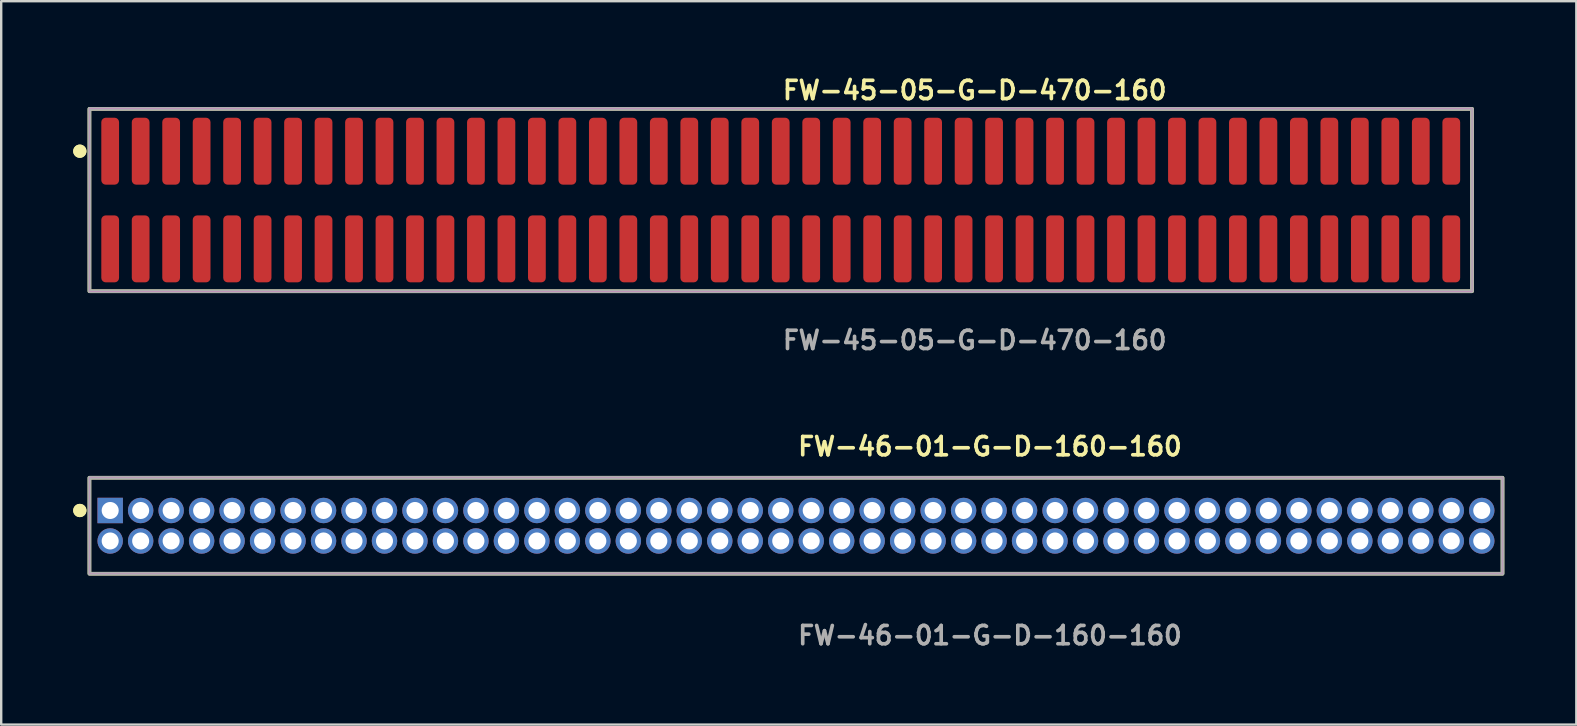
<source format=kicad_pcb>
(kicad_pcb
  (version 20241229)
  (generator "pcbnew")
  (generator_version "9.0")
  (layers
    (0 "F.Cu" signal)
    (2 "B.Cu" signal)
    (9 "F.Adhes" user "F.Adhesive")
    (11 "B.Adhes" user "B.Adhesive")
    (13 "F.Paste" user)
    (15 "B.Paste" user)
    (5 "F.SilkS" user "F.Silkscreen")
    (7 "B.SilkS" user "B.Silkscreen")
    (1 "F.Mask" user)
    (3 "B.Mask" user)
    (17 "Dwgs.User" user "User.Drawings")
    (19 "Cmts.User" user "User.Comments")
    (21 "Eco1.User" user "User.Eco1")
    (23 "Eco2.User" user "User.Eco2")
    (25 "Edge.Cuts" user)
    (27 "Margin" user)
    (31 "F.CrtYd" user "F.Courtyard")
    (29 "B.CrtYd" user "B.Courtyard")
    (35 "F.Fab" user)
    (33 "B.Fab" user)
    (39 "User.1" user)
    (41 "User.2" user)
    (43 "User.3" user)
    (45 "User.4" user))
  (footprint "FW-46-01-G-D-160-160"
    (layer "F.Cu")
    (at 30.116 18.856)
    (property "Reference" "FW-46-01-G-D-160-160" (at 0 -3.302 0) (unlocked yes) (layer "F.SilkS") (effects (font (size 0.762 0.762) (thickness 0.152)) (justify left)))
    (fp_rect (start -29.44 2) (end 29.44 -2) (stroke (width 0.152) (type solid)) (fill no) (layer "F.SilkS"))
    (fp_circle (center -29.84 -0.635) (end -30.04 -0.635) (stroke (width 0.152) (type solid)) (fill yes) (layer "F.SilkS"))
    (fp_circle (center -29.84 -0.635) (end -30.04 -0.635) (stroke (width 0.152) (type solid)) (fill yes) (layer "F.SilkS"))
    (fp_rect (start -29.44 2) (end 29.44 -2) (stroke (width 0.006) (type solid)) (fill no) (layer "F.CrtYd"))
    (fp_rect (start -29.44 2) (end 29.44 -2) (stroke (width 0.152) (type solid)) (fill no) (layer "F.Fab"))
    (fp_text user "${REFERENCE}" (at 0 4.572 0) (unlocked yes) (layer "F.Fab") (effects (font (size 0.762 0.762) (thickness 0.152)) (justify left)))
    (pad "1" thru_hole rect (at -28.575 -0.635) (size 1.06 1.06) (drill 0.71) (layers "*.Cu" "*.Mask"))
    (pad "2" thru_hole circle (at -28.575 0.635) (size 1.06 1.06) (drill 0.71) (layers "*.Cu" "*.Mask"))
    (pad "3" thru_hole circle (at -27.305 -0.635) (size 1.06 1.06) (drill 0.71) (layers "*.Cu" "*.Mask"))
    (pad "4" thru_hole circle (at -27.305 0.635) (size 1.06 1.06) (drill 0.71) (layers "*.Cu" "*.Mask"))
    (pad "5" thru_hole circle (at -26.035 -0.635) (size 1.06 1.06) (drill 0.71) (layers "*.Cu" "*.Mask"))
    (pad "6" thru_hole circle (at -26.035 0.635) (size 1.06 1.06) (drill 0.71) (layers "*.Cu" "*.Mask"))
    (pad "7" thru_hole circle (at -24.765 -0.635) (size 1.06 1.06) (drill 0.71) (layers "*.Cu" "*.Mask"))
    (pad "8" thru_hole circle (at -24.765 0.635) (size 1.06 1.06) (drill 0.71) (layers "*.Cu" "*.Mask"))
    (pad "9" thru_hole circle (at -23.495 -0.635) (size 1.06 1.06) (drill 0.71) (layers "*.Cu" "*.Mask"))
    (pad "10" thru_hole circle (at -23.495 0.635) (size 1.06 1.06) (drill 0.71) (layers "*.Cu" "*.Mask"))
    (pad "11" thru_hole circle (at -22.225 -0.635) (size 1.06 1.06) (drill 0.71) (layers "*.Cu" "*.Mask"))
    (pad "12" thru_hole circle (at -22.225 0.635) (size 1.06 1.06) (drill 0.71) (layers "*.Cu" "*.Mask"))
    (pad "13" thru_hole circle (at -20.955 -0.635) (size 1.06 1.06) (drill 0.71) (layers "*.Cu" "*.Mask"))
    (pad "14" thru_hole circle (at -20.955 0.635) (size 1.06 1.06) (drill 0.71) (layers "*.Cu" "*.Mask"))
    (pad "15" thru_hole circle (at -19.685 -0.635) (size 1.06 1.06) (drill 0.71) (layers "*.Cu" "*.Mask"))
    (pad "16" thru_hole circle (at -19.685 0.635) (size 1.06 1.06) (drill 0.71) (layers "*.Cu" "*.Mask"))
    (pad "17" thru_hole circle (at -18.415 -0.635) (size 1.06 1.06) (drill 0.71) (layers "*.Cu" "*.Mask"))
    (pad "18" thru_hole circle (at -18.415 0.635) (size 1.06 1.06) (drill 0.71) (layers "*.Cu" "*.Mask"))
    (pad "19" thru_hole circle (at -17.145 -0.635) (size 1.06 1.06) (drill 0.71) (layers "*.Cu" "*.Mask"))
    (pad "20" thru_hole circle (at -17.145 0.635) (size 1.06 1.06) (drill 0.71) (layers "*.Cu" "*.Mask"))
    (pad "21" thru_hole circle (at -15.875 -0.635) (size 1.06 1.06) (drill 0.71) (layers "*.Cu" "*.Mask"))
    (pad "22" thru_hole circle (at -15.875 0.635) (size 1.06 1.06) (drill 0.71) (layers "*.Cu" "*.Mask"))
    (pad "23" thru_hole circle (at -14.605 -0.635) (size 1.06 1.06) (drill 0.71) (layers "*.Cu" "*.Mask"))
    (pad "24" thru_hole circle (at -14.605 0.635) (size 1.06 1.06) (drill 0.71) (layers "*.Cu" "*.Mask"))
    (pad "25" thru_hole circle (at -13.335 -0.635) (size 1.06 1.06) (drill 0.71) (layers "*.Cu" "*.Mask"))
    (pad "26" thru_hole circle (at -13.335 0.635) (size 1.06 1.06) (drill 0.71) (layers "*.Cu" "*.Mask"))
    (pad "27" thru_hole circle (at -12.065 -0.635) (size 1.06 1.06) (drill 0.71) (layers "*.Cu" "*.Mask"))
    (pad "28" thru_hole circle (at -12.065 0.635) (size 1.06 1.06) (drill 0.71) (layers "*.Cu" "*.Mask"))
    (pad "29" thru_hole circle (at -10.795 -0.635) (size 1.06 1.06) (drill 0.71) (layers "*.Cu" "*.Mask"))
    (pad "30" thru_hole circle (at -10.795 0.635) (size 1.06 1.06) (drill 0.71) (layers "*.Cu" "*.Mask"))
    (pad "31" thru_hole circle (at -9.525 -0.635) (size 1.06 1.06) (drill 0.71) (layers "*.Cu" "*.Mask"))
    (pad "32" thru_hole circle (at -9.525 0.635) (size 1.06 1.06) (drill 0.71) (layers "*.Cu" "*.Mask"))
    (pad "33" thru_hole circle (at -8.255 -0.635) (size 1.06 1.06) (drill 0.71) (layers "*.Cu" "*.Mask"))
    (pad "34" thru_hole circle (at -8.255 0.635) (size 1.06 1.06) (drill 0.71) (layers "*.Cu" "*.Mask"))
    (pad "35" thru_hole circle (at -6.985 -0.635) (size 1.06 1.06) (drill 0.71) (layers "*.Cu" "*.Mask"))
    (pad "36" thru_hole circle (at -6.985 0.635) (size 1.06 1.06) (drill 0.71) (layers "*.Cu" "*.Mask"))
    (pad "37" thru_hole circle (at -5.715 -0.635) (size 1.06 1.06) (drill 0.71) (layers "*.Cu" "*.Mask"))
    (pad "38" thru_hole circle (at -5.715 0.635) (size 1.06 1.06) (drill 0.71) (layers "*.Cu" "*.Mask"))
    (pad "39" thru_hole circle (at -4.445 -0.635) (size 1.06 1.06) (drill 0.71) (layers "*.Cu" "*.Mask"))
    (pad "40" thru_hole circle (at -4.445 0.635) (size 1.06 1.06) (drill 0.71) (layers "*.Cu" "*.Mask"))
    (pad "41" thru_hole circle (at -3.175 -0.635) (size 1.06 1.06) (drill 0.71) (layers "*.Cu" "*.Mask"))
    (pad "42" thru_hole circle (at -3.175 0.635) (size 1.06 1.06) (drill 0.71) (layers "*.Cu" "*.Mask"))
    (pad "43" thru_hole circle (at -1.905 -0.635) (size 1.06 1.06) (drill 0.71) (layers "*.Cu" "*.Mask"))
    (pad "44" thru_hole circle (at -1.905 0.635) (size 1.06 1.06) (drill 0.71) (layers "*.Cu" "*.Mask"))
    (pad "45" thru_hole circle (at -0.635 -0.635) (size 1.06 1.06) (drill 0.71) (layers "*.Cu" "*.Mask"))
    (pad "46" thru_hole circle (at -0.635 0.635) (size 1.06 1.06) (drill 0.71) (layers "*.Cu" "*.Mask"))
    (pad "47" thru_hole circle (at 0.635 -0.635) (size 1.06 1.06) (drill 0.71) (layers "*.Cu" "*.Mask"))
    (pad "48" thru_hole circle (at 0.635 0.635) (size 1.06 1.06) (drill 0.71) (layers "*.Cu" "*.Mask"))
    (pad "49" thru_hole circle (at 1.905 -0.635) (size 1.06 1.06) (drill 0.71) (layers "*.Cu" "*.Mask"))
    (pad "50" thru_hole circle (at 1.905 0.635) (size 1.06 1.06) (drill 0.71) (layers "*.Cu" "*.Mask"))
    (pad "51" thru_hole circle (at 3.175 -0.635) (size 1.06 1.06) (drill 0.71) (layers "*.Cu" "*.Mask"))
    (pad "52" thru_hole circle (at 3.175 0.635) (size 1.06 1.06) (drill 0.71) (layers "*.Cu" "*.Mask"))
    (pad "53" thru_hole circle (at 4.445 -0.635) (size 1.06 1.06) (drill 0.71) (layers "*.Cu" "*.Mask"))
    (pad "54" thru_hole circle (at 4.445 0.635) (size 1.06 1.06) (drill 0.71) (layers "*.Cu" "*.Mask"))
    (pad "55" thru_hole circle (at 5.715 -0.635) (size 1.06 1.06) (drill 0.71) (layers "*.Cu" "*.Mask"))
    (pad "56" thru_hole circle (at 5.715 0.635) (size 1.06 1.06) (drill 0.71) (layers "*.Cu" "*.Mask"))
    (pad "57" thru_hole circle (at 6.985 -0.635) (size 1.06 1.06) (drill 0.71) (layers "*.Cu" "*.Mask"))
    (pad "58" thru_hole circle (at 6.985 0.635) (size 1.06 1.06) (drill 0.71) (layers "*.Cu" "*.Mask"))
    (pad "59" thru_hole circle (at 8.255 -0.635) (size 1.06 1.06) (drill 0.71) (layers "*.Cu" "*.Mask"))
    (pad "60" thru_hole circle (at 8.255 0.635) (size 1.06 1.06) (drill 0.71) (layers "*.Cu" "*.Mask"))
    (pad "61" thru_hole circle (at 9.525 -0.635) (size 1.06 1.06) (drill 0.71) (layers "*.Cu" "*.Mask"))
    (pad "62" thru_hole circle (at 9.525 0.635) (size 1.06 1.06) (drill 0.71) (layers "*.Cu" "*.Mask"))
    (pad "63" thru_hole circle (at 10.795 -0.635) (size 1.06 1.06) (drill 0.71) (layers "*.Cu" "*.Mask"))
    (pad "64" thru_hole circle (at 10.795 0.635) (size 1.06 1.06) (drill 0.71) (layers "*.Cu" "*.Mask"))
    (pad "65" thru_hole circle (at 12.065 -0.635) (size 1.06 1.06) (drill 0.71) (layers "*.Cu" "*.Mask"))
    (pad "66" thru_hole circle (at 12.065 0.635) (size 1.06 1.06) (drill 0.71) (layers "*.Cu" "*.Mask"))
    (pad "67" thru_hole circle (at 13.335 -0.635) (size 1.06 1.06) (drill 0.71) (layers "*.Cu" "*.Mask"))
    (pad "68" thru_hole circle (at 13.335 0.635) (size 1.06 1.06) (drill 0.71) (layers "*.Cu" "*.Mask"))
    (pad "69" thru_hole circle (at 14.605 -0.635) (size 1.06 1.06) (drill 0.71) (layers "*.Cu" "*.Mask"))
    (pad "70" thru_hole circle (at 14.605 0.635) (size 1.06 1.06) (drill 0.71) (layers "*.Cu" "*.Mask"))
    (pad "71" thru_hole circle (at 15.875 -0.635) (size 1.06 1.06) (drill 0.71) (layers "*.Cu" "*.Mask"))
    (pad "72" thru_hole circle (at 15.875 0.635) (size 1.06 1.06) (drill 0.71) (layers "*.Cu" "*.Mask"))
    (pad "73" thru_hole circle (at 17.145 -0.635) (size 1.06 1.06) (drill 0.71) (layers "*.Cu" "*.Mask"))
    (pad "74" thru_hole circle (at 17.145 0.635) (size 1.06 1.06) (drill 0.71) (layers "*.Cu" "*.Mask"))
    (pad "75" thru_hole circle (at 18.415 -0.635) (size 1.06 1.06) (drill 0.71) (layers "*.Cu" "*.Mask"))
    (pad "76" thru_hole circle (at 18.415 0.635) (size 1.06 1.06) (drill 0.71) (layers "*.Cu" "*.Mask"))
    (pad "77" thru_hole circle (at 19.685 -0.635) (size 1.06 1.06) (drill 0.71) (layers "*.Cu" "*.Mask"))
    (pad "78" thru_hole circle (at 19.685 0.635) (size 1.06 1.06) (drill 0.71) (layers "*.Cu" "*.Mask"))
    (pad "79" thru_hole circle (at 20.955 -0.635) (size 1.06 1.06) (drill 0.71) (layers "*.Cu" "*.Mask"))
    (pad "80" thru_hole circle (at 20.955 0.635) (size 1.06 1.06) (drill 0.71) (layers "*.Cu" "*.Mask"))
    (pad "81" thru_hole circle (at 22.225 -0.635) (size 1.06 1.06) (drill 0.71) (layers "*.Cu" "*.Mask"))
    (pad "82" thru_hole circle (at 22.225 0.635) (size 1.06 1.06) (drill 0.71) (layers "*.Cu" "*.Mask"))
    (pad "83" thru_hole circle (at 23.495 -0.635) (size 1.06 1.06) (drill 0.71) (layers "*.Cu" "*.Mask"))
    (pad "84" thru_hole circle (at 23.495 0.635) (size 1.06 1.06) (drill 0.71) (layers "*.Cu" "*.Mask"))
    (pad "85" thru_hole circle (at 24.765 -0.635) (size 1.06 1.06) (drill 0.71) (layers "*.Cu" "*.Mask"))
    (pad "86" thru_hole circle (at 24.765 0.635) (size 1.06 1.06) (drill 0.71) (layers "*.Cu" "*.Mask"))
    (pad "87" thru_hole circle (at 26.035 -0.635) (size 1.06 1.06) (drill 0.71) (layers "*.Cu" "*.Mask"))
    (pad "88" thru_hole circle (at 26.035 0.635) (size 1.06 1.06) (drill 0.71) (layers "*.Cu" "*.Mask"))
    (pad "89" thru_hole circle (at 27.305 -0.635) (size 1.06 1.06) (drill 0.71) (layers "*.Cu" "*.Mask"))
    (pad "90" thru_hole circle (at 27.305 0.635) (size 1.06 1.06) (drill 0.71) (layers "*.Cu" "*.Mask"))
    (pad "91" thru_hole circle (at 28.575 -0.635) (size 1.06 1.06) (drill 0.71) (layers "*.Cu" "*.Mask"))
    (pad "92" thru_hole circle (at 28.575 0.635) (size 1.06 1.06) (drill 0.71) (layers "*.Cu" "*.Mask")))
  (footprint "FW-45-05-G-D-470-160"
    (layer "F.Cu")
    (at 29.481 5.285)
    (property "Reference" "FW-45-05-G-D-470-160" (at 0 -4.572 0) (unlocked yes) (layer "F.SilkS") (effects (font (size 0.762 0.762) (thickness 0.152)) (justify left)))
    (fp_rect (start -28.805 3.8) (end 28.805 -3.8) (stroke (width 0.152) (type solid)) (fill no) (layer "F.SilkS"))
    (fp_circle (center -29.205 -2.035) (end -29.405 -2.035) (stroke (width 0.152) (type solid)) (fill yes) (layer "F.SilkS"))
    (fp_circle (center -29.205 -2.035) (end -29.405 -2.035) (stroke (width 0.152) (type solid)) (fill yes) (layer "F.SilkS"))
    (fp_rect (start -28.805 3.8) (end 28.805 -3.8) (stroke (width 0.006) (type solid)) (fill no) (layer "F.CrtYd"))
    (fp_rect (start -28.805 3.8) (end 28.805 -3.8) (stroke (width 0.152) (type solid)) (fill no) (layer "F.Fab"))
    (fp_text user "${REFERENCE}" (at 0 5.842 0) (unlocked yes) (layer "F.Fab") (effects (font (size 0.762 0.762) (thickness 0.152)) (justify left)))
    (pad "1" smd roundrect (at -27.94 -2.035) (size 0.74 2.79) (layers "F.Cu" "F.Paste") (roundrect_rratio 0.25))
    (pad "2" smd roundrect (at -27.94 2.035) (size 0.74 2.79) (layers "F.Cu" "F.Paste") (roundrect_rratio 0.25))
    (pad "3" smd roundrect (at -26.67 -2.035) (size 0.74 2.79) (layers "F.Cu" "F.Paste") (roundrect_rratio 0.25))
    (pad "4" smd roundrect (at -26.67 2.035) (size 0.74 2.79) (layers "F.Cu" "F.Paste") (roundrect_rratio 0.25))
    (pad "5" smd roundrect (at -25.4 -2.035) (size 0.74 2.79) (layers "F.Cu" "F.Paste") (roundrect_rratio 0.25))
    (pad "6" smd roundrect (at -25.4 2.035) (size 0.74 2.79) (layers "F.Cu" "F.Paste") (roundrect_rratio 0.25))
    (pad "7" smd roundrect (at -24.13 -2.035) (size 0.74 2.79) (layers "F.Cu" "F.Paste") (roundrect_rratio 0.25))
    (pad "8" smd roundrect (at -24.13 2.035) (size 0.74 2.79) (layers "F.Cu" "F.Paste") (roundrect_rratio 0.25))
    (pad "9" smd roundrect (at -22.86 -2.035) (size 0.74 2.79) (layers "F.Cu" "F.Paste") (roundrect_rratio 0.25))
    (pad "10" smd roundrect (at -22.86 2.035) (size 0.74 2.79) (layers "F.Cu" "F.Paste") (roundrect_rratio 0.25))
    (pad "11" smd roundrect (at -21.59 -2.035) (size 0.74 2.79) (layers "F.Cu" "F.Paste") (roundrect_rratio 0.25))
    (pad "12" smd roundrect (at -21.59 2.035) (size 0.74 2.79) (layers "F.Cu" "F.Paste") (roundrect_rratio 0.25))
    (pad "13" smd roundrect (at -20.32 -2.035) (size 0.74 2.79) (layers "F.Cu" "F.Paste") (roundrect_rratio 0.25))
    (pad "14" smd roundrect (at -20.32 2.035) (size 0.74 2.79) (layers "F.Cu" "F.Paste") (roundrect_rratio 0.25))
    (pad "15" smd roundrect (at -19.05 -2.035) (size 0.74 2.79) (layers "F.Cu" "F.Paste") (roundrect_rratio 0.25))
    (pad "16" smd roundrect (at -19.05 2.035) (size 0.74 2.79) (layers "F.Cu" "F.Paste") (roundrect_rratio 0.25))
    (pad "17" smd roundrect (at -17.78 -2.035) (size 0.74 2.79) (layers "F.Cu" "F.Paste") (roundrect_rratio 0.25))
    (pad "18" smd roundrect (at -17.78 2.035) (size 0.74 2.79) (layers "F.Cu" "F.Paste") (roundrect_rratio 0.25))
    (pad "19" smd roundrect (at -16.51 -2.035) (size 0.74 2.79) (layers "F.Cu" "F.Paste") (roundrect_rratio 0.25))
    (pad "20" smd roundrect (at -16.51 2.035) (size 0.74 2.79) (layers "F.Cu" "F.Paste") (roundrect_rratio 0.25))
    (pad "21" smd roundrect (at -15.24 -2.035) (size 0.74 2.79) (layers "F.Cu" "F.Paste") (roundrect_rratio 0.25))
    (pad "22" smd roundrect (at -15.24 2.035) (size 0.74 2.79) (layers "F.Cu" "F.Paste") (roundrect_rratio 0.25))
    (pad "23" smd roundrect (at -13.97 -2.035) (size 0.74 2.79) (layers "F.Cu" "F.Paste") (roundrect_rratio 0.25))
    (pad "24" smd roundrect (at -13.97 2.035) (size 0.74 2.79) (layers "F.Cu" "F.Paste") (roundrect_rratio 0.25))
    (pad "25" smd roundrect (at -12.7 -2.035) (size 0.74 2.79) (layers "F.Cu" "F.Paste") (roundrect_rratio 0.25))
    (pad "26" smd roundrect (at -12.7 2.035) (size 0.74 2.79) (layers "F.Cu" "F.Paste") (roundrect_rratio 0.25))
    (pad "27" smd roundrect (at -11.43 -2.035) (size 0.74 2.79) (layers "F.Cu" "F.Paste") (roundrect_rratio 0.25))
    (pad "28" smd roundrect (at -11.43 2.035) (size 0.74 2.79) (layers "F.Cu" "F.Paste") (roundrect_rratio 0.25))
    (pad "29" smd roundrect (at -10.16 -2.035) (size 0.74 2.79) (layers "F.Cu" "F.Paste") (roundrect_rratio 0.25))
    (pad "30" smd roundrect (at -10.16 2.035) (size 0.74 2.79) (layers "F.Cu" "F.Paste") (roundrect_rratio 0.25))
    (pad "31" smd roundrect (at -8.89 -2.035) (size 0.74 2.79) (layers "F.Cu" "F.Paste") (roundrect_rratio 0.25))
    (pad "32" smd roundrect (at -8.89 2.035) (size 0.74 2.79) (layers "F.Cu" "F.Paste") (roundrect_rratio 0.25))
    (pad "33" smd roundrect (at -7.62 -2.035) (size 0.74 2.79) (layers "F.Cu" "F.Paste") (roundrect_rratio 0.25))
    (pad "34" smd roundrect (at -7.62 2.035) (size 0.74 2.79) (layers "F.Cu" "F.Paste") (roundrect_rratio 0.25))
    (pad "35" smd roundrect (at -6.35 -2.035) (size 0.74 2.79) (layers "F.Cu" "F.Paste") (roundrect_rratio 0.25))
    (pad "36" smd roundrect (at -6.35 2.035) (size 0.74 2.79) (layers "F.Cu" "F.Paste") (roundrect_rratio 0.25))
    (pad "37" smd roundrect (at -5.08 -2.035) (size 0.74 2.79) (layers "F.Cu" "F.Paste") (roundrect_rratio 0.25))
    (pad "38" smd roundrect (at -5.08 2.035) (size 0.74 2.79) (layers "F.Cu" "F.Paste") (roundrect_rratio 0.25))
    (pad "39" smd roundrect (at -3.81 -2.035) (size 0.74 2.79) (layers "F.Cu" "F.Paste") (roundrect_rratio 0.25))
    (pad "40" smd roundrect (at -3.81 2.035) (size 0.74 2.79) (layers "F.Cu" "F.Paste") (roundrect_rratio 0.25))
    (pad "41" smd roundrect (at -2.54 -2.035) (size 0.74 2.79) (layers "F.Cu" "F.Paste") (roundrect_rratio 0.25))
    (pad "42" smd roundrect (at -2.54 2.035) (size 0.74 2.79) (layers "F.Cu" "F.Paste") (roundrect_rratio 0.25))
    (pad "43" smd roundrect (at -1.27 -2.035) (size 0.74 2.79) (layers "F.Cu" "F.Paste") (roundrect_rratio 0.25))
    (pad "44" smd roundrect (at -1.27 2.035) (size 0.74 2.79) (layers "F.Cu" "F.Paste") (roundrect_rratio 0.25))
    (pad "45" smd roundrect (at 0 -2.035) (size 0.74 2.79) (layers "F.Cu" "F.Paste") (roundrect_rratio 0.25))
    (pad "46" smd roundrect (at 0 2.035) (size 0.74 2.79) (layers "F.Cu" "F.Paste") (roundrect_rratio 0.25))
    (pad "47" smd roundrect (at 1.27 -2.035) (size 0.74 2.79) (layers "F.Cu" "F.Paste") (roundrect_rratio 0.25))
    (pad "48" smd roundrect (at 1.27 2.035) (size 0.74 2.79) (layers "F.Cu" "F.Paste") (roundrect_rratio 0.25))
    (pad "49" smd roundrect (at 2.54 -2.035) (size 0.74 2.79) (layers "F.Cu" "F.Paste") (roundrect_rratio 0.25))
    (pad "50" smd roundrect (at 2.54 2.035) (size 0.74 2.79) (layers "F.Cu" "F.Paste") (roundrect_rratio 0.25))
    (pad "51" smd roundrect (at 3.81 -2.035) (size 0.74 2.79) (layers "F.Cu" "F.Paste") (roundrect_rratio 0.25))
    (pad "52" smd roundrect (at 3.81 2.035) (size 0.74 2.79) (layers "F.Cu" "F.Paste") (roundrect_rratio 0.25))
    (pad "53" smd roundrect (at 5.08 -2.035) (size 0.74 2.79) (layers "F.Cu" "F.Paste") (roundrect_rratio 0.25))
    (pad "54" smd roundrect (at 5.08 2.035) (size 0.74 2.79) (layers "F.Cu" "F.Paste") (roundrect_rratio 0.25))
    (pad "55" smd roundrect (at 6.35 -2.035) (size 0.74 2.79) (layers "F.Cu" "F.Paste") (roundrect_rratio 0.25))
    (pad "56" smd roundrect (at 6.35 2.035) (size 0.74 2.79) (layers "F.Cu" "F.Paste") (roundrect_rratio 0.25))
    (pad "57" smd roundrect (at 7.62 -2.035) (size 0.74 2.79) (layers "F.Cu" "F.Paste") (roundrect_rratio 0.25))
    (pad "58" smd roundrect (at 7.62 2.035) (size 0.74 2.79) (layers "F.Cu" "F.Paste") (roundrect_rratio 0.25))
    (pad "59" smd roundrect (at 8.89 -2.035) (size 0.74 2.79) (layers "F.Cu" "F.Paste") (roundrect_rratio 0.25))
    (pad "60" smd roundrect (at 8.89 2.035) (size 0.74 2.79) (layers "F.Cu" "F.Paste") (roundrect_rratio 0.25))
    (pad "61" smd roundrect (at 10.16 -2.035) (size 0.74 2.79) (layers "F.Cu" "F.Paste") (roundrect_rratio 0.25))
    (pad "62" smd roundrect (at 10.16 2.035) (size 0.74 2.79) (layers "F.Cu" "F.Paste") (roundrect_rratio 0.25))
    (pad "63" smd roundrect (at 11.43 -2.035) (size 0.74 2.79) (layers "F.Cu" "F.Paste") (roundrect_rratio 0.25))
    (pad "64" smd roundrect (at 11.43 2.035) (size 0.74 2.79) (layers "F.Cu" "F.Paste") (roundrect_rratio 0.25))
    (pad "65" smd roundrect (at 12.7 -2.035) (size 0.74 2.79) (layers "F.Cu" "F.Paste") (roundrect_rratio 0.25))
    (pad "66" smd roundrect (at 12.7 2.035) (size 0.74 2.79) (layers "F.Cu" "F.Paste") (roundrect_rratio 0.25))
    (pad "67" smd roundrect (at 13.97 -2.035) (size 0.74 2.79) (layers "F.Cu" "F.Paste") (roundrect_rratio 0.25))
    (pad "68" smd roundrect (at 13.97 2.035) (size 0.74 2.79) (layers "F.Cu" "F.Paste") (roundrect_rratio 0.25))
    (pad "69" smd roundrect (at 15.24 -2.035) (size 0.74 2.79) (layers "F.Cu" "F.Paste") (roundrect_rratio 0.25))
    (pad "70" smd roundrect (at 15.24 2.035) (size 0.74 2.79) (layers "F.Cu" "F.Paste") (roundrect_rratio 0.25))
    (pad "71" smd roundrect (at 16.51 -2.035) (size 0.74 2.79) (layers "F.Cu" "F.Paste") (roundrect_rratio 0.25))
    (pad "72" smd roundrect (at 16.51 2.035) (size 0.74 2.79) (layers "F.Cu" "F.Paste") (roundrect_rratio 0.25))
    (pad "73" smd roundrect (at 17.78 -2.035) (size 0.74 2.79) (layers "F.Cu" "F.Paste") (roundrect_rratio 0.25))
    (pad "74" smd roundrect (at 17.78 2.035) (size 0.74 2.79) (layers "F.Cu" "F.Paste") (roundrect_rratio 0.25))
    (pad "75" smd roundrect (at 19.05 -2.035) (size 0.74 2.79) (layers "F.Cu" "F.Paste") (roundrect_rratio 0.25))
    (pad "76" smd roundrect (at 19.05 2.035) (size 0.74 2.79) (layers "F.Cu" "F.Paste") (roundrect_rratio 0.25))
    (pad "77" smd roundrect (at 20.32 -2.035) (size 0.74 2.79) (layers "F.Cu" "F.Paste") (roundrect_rratio 0.25))
    (pad "78" smd roundrect (at 20.32 2.035) (size 0.74 2.79) (layers "F.Cu" "F.Paste") (roundrect_rratio 0.25))
    (pad "79" smd roundrect (at 21.59 -2.035) (size 0.74 2.79) (layers "F.Cu" "F.Paste") (roundrect_rratio 0.25))
    (pad "80" smd roundrect (at 21.59 2.035) (size 0.74 2.79) (layers "F.Cu" "F.Paste") (roundrect_rratio 0.25))
    (pad "81" smd roundrect (at 22.86 -2.035) (size 0.74 2.79) (layers "F.Cu" "F.Paste") (roundrect_rratio 0.25))
    (pad "82" smd roundrect (at 22.86 2.035) (size 0.74 2.79) (layers "F.Cu" "F.Paste") (roundrect_rratio 0.25))
    (pad "83" smd roundrect (at 24.13 -2.035) (size 0.74 2.79) (layers "F.Cu" "F.Paste") (roundrect_rratio 0.25))
    (pad "84" smd roundrect (at 24.13 2.035) (size 0.74 2.79) (layers "F.Cu" "F.Paste") (roundrect_rratio 0.25))
    (pad "85" smd roundrect (at 25.4 -2.035) (size 0.74 2.79) (layers "F.Cu" "F.Paste") (roundrect_rratio 0.25))
    (pad "86" smd roundrect (at 25.4 2.035) (size 0.74 2.79) (layers "F.Cu" "F.Paste") (roundrect_rratio 0.25))
    (pad "87" smd roundrect (at 26.67 -2.035) (size 0.74 2.79) (layers "F.Cu" "F.Paste") (roundrect_rratio 0.25))
    (pad "88" smd roundrect (at 26.67 2.035) (size 0.74 2.79) (layers "F.Cu" "F.Paste") (roundrect_rratio 0.25))
    (pad "89" smd roundrect (at 27.94 -2.035) (size 0.74 2.79) (layers "F.Cu" "F.Paste") (roundrect_rratio 0.25))
    (pad "90" smd roundrect (at 27.94 2.035) (size 0.74 2.79) (layers "F.Cu" "F.Paste") (roundrect_rratio 0.25)))
  (gr_rect
    (start -3 -3)
    (end 62.632 27.141)
    (stroke (width 0.1) (type default))
    (fill no)
    (layer "Edge.Cuts")))
</source>
